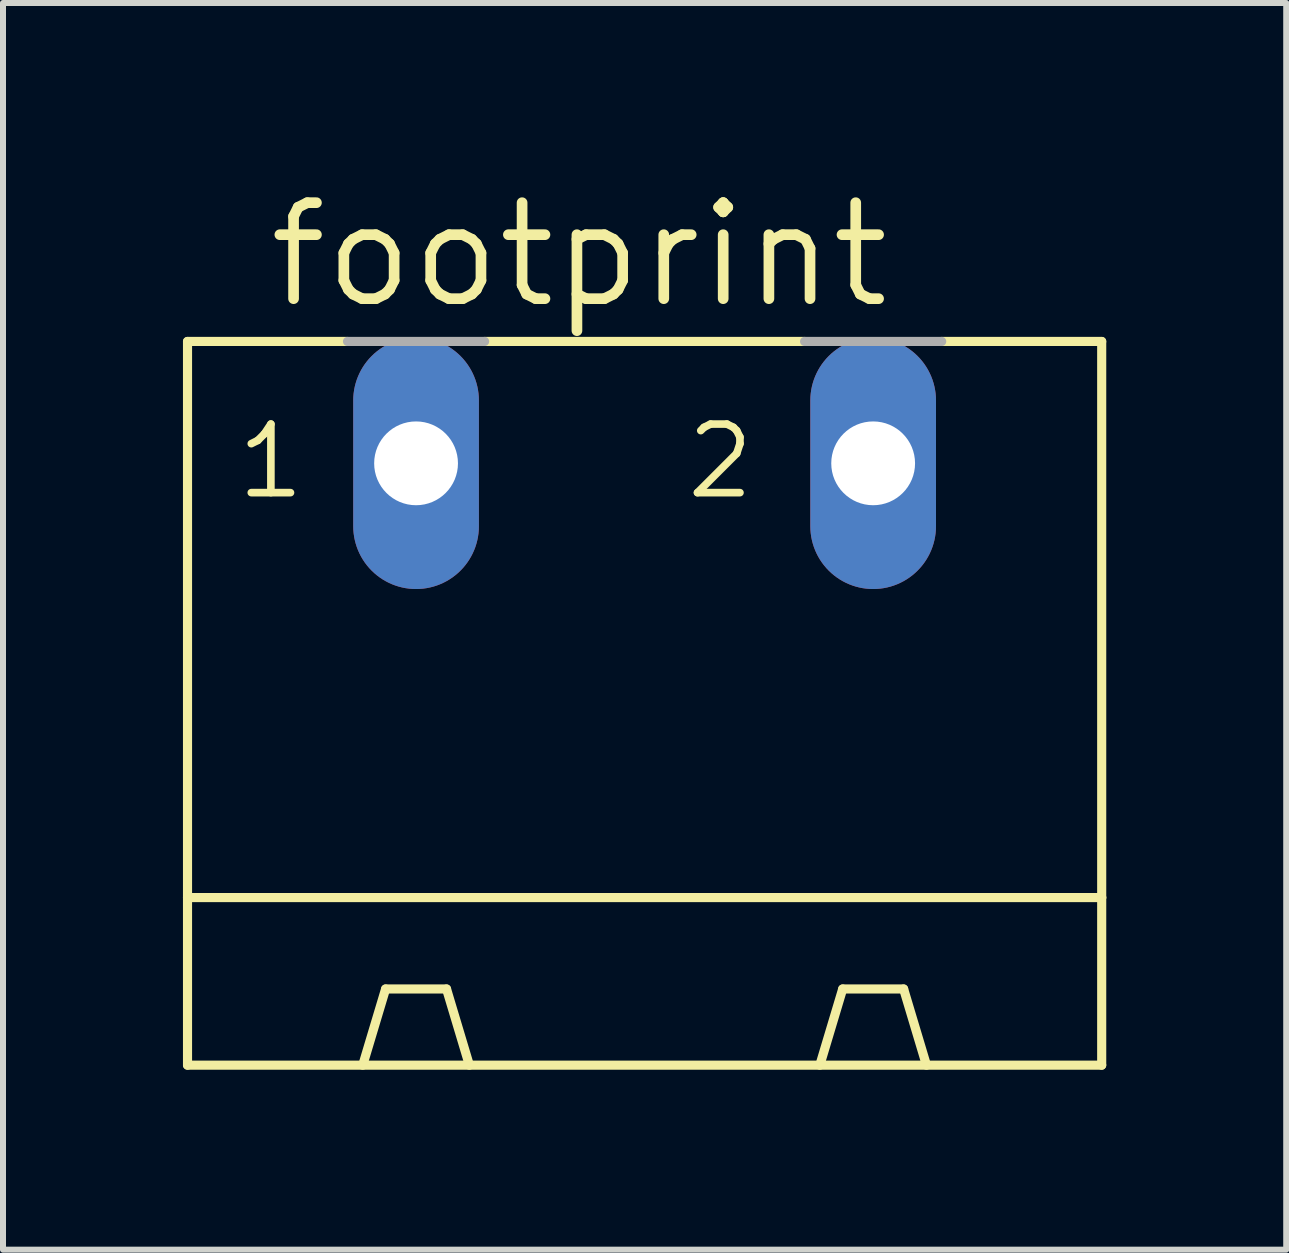
<source format=kicad_pcb>
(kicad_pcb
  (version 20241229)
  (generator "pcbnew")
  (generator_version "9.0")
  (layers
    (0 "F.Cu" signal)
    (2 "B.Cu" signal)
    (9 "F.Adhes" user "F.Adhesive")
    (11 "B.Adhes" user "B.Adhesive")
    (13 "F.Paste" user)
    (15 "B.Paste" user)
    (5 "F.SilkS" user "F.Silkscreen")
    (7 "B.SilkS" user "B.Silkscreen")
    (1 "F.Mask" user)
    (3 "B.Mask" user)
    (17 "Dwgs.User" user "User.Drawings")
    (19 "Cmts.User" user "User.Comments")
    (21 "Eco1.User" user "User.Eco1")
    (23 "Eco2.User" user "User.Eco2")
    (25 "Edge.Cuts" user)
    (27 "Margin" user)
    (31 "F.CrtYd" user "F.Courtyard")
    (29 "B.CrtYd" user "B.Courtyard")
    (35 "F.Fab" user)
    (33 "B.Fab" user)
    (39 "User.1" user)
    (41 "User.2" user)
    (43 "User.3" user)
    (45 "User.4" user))
  (footprint "footprint"
    (layer "F.Cu")
    (at 7.696 9.754)
    (property "Reference" "footprint" (at -6.35 -7.62 0) (layer "F.SilkS") (effects (font (size 1.6 1.6) (thickness 0.178)) (justify left bottom)))
    (fp_line (start -7.62 -7.112) (end -7.62 2.159) (stroke (width 0.152) (type solid)) (layer "F.SilkS"))
    (fp_line (start -7.62 -7.112) (end -4.953 -7.112) (stroke (width 0.152) (type solid)) (layer "F.SilkS"))
    (fp_line (start -7.62 2.159) (end -7.62 4.953) (stroke (width 0.152) (type solid)) (layer "F.SilkS"))
    (fp_line (start -7.62 2.159) (end 7.62 2.159) (stroke (width 0.152) (type solid)) (layer "F.SilkS"))
    (fp_line (start -4.699 4.953) (end -4.318 3.683) (stroke (width 0.152) (type solid)) (layer "F.SilkS"))
    (fp_line (start -3.302 3.683) (end -4.318 3.683) (stroke (width 0.152) (type solid)) (layer "F.SilkS"))
    (fp_line (start -2.921 4.953) (end -3.302 3.683) (stroke (width 0.152) (type solid)) (layer "F.SilkS"))
    (fp_line (start -2.667 -7.112) (end 2.667 -7.112) (stroke (width 0.152) (type solid)) (layer "F.SilkS"))
    (fp_line (start 2.921 4.953) (end 3.302 3.683) (stroke (width 0.152) (type solid)) (layer "F.SilkS"))
    (fp_line (start 3.302 3.683) (end 4.318 3.683) (stroke (width 0.152) (type solid)) (layer "F.SilkS"))
    (fp_line (start 4.699 4.953) (end 4.318 3.683) (stroke (width 0.152) (type solid)) (layer "F.SilkS"))
    (fp_line (start 4.953 -7.112) (end 7.62 -7.112) (stroke (width 0.152) (type solid)) (layer "F.SilkS"))
    (fp_line (start 7.62 -7.112) (end 7.62 2.159) (stroke (width 0.152) (type solid)) (layer "F.SilkS"))
    (fp_line (start 7.62 2.159) (end 7.62 4.953) (stroke (width 0.152) (type solid)) (layer "F.SilkS"))
    (fp_line (start 7.62 4.953) (end -7.62 4.953) (stroke (width 0.152) (type solid)) (layer "F.SilkS"))
    (fp_line (start -4.953 -7.112) (end -2.667 -7.112) (stroke (width 0.152) (type solid)) (layer "F.Fab"))
    (fp_line (start 2.667 -7.112) (end 4.953 -7.112) (stroke (width 0.152) (type solid)) (layer "F.Fab"))
    (fp_text user "1" (at -6.858 -4.445 0) (layer "F.SilkS") (effects (font (size 1.143 1.143) (thickness 0.127)) (justify left bottom)))
    (fp_text user "2" (at 0.635 -4.445 0) (layer "F.SilkS") (effects (font (size 1.143 1.143) (thickness 0.127)) (justify left bottom)))
    (pad "1" thru_hole oval (at -3.81 -5.08 90) (size 4.191 2.095) (drill 1.397) (layers "*.Cu" "*.Mask"))
    (pad "2" thru_hole oval (at 3.81 -5.08 90) (size 4.191 2.095) (drill 1.397) (layers "*.Cu" "*.Mask")))
  (gr_rect
    (start -3 -3)
    (end 18.392 17.783)
    (stroke (width 0.1) (type default))
    (fill no)
    (layer "Edge.Cuts")))
</source>
